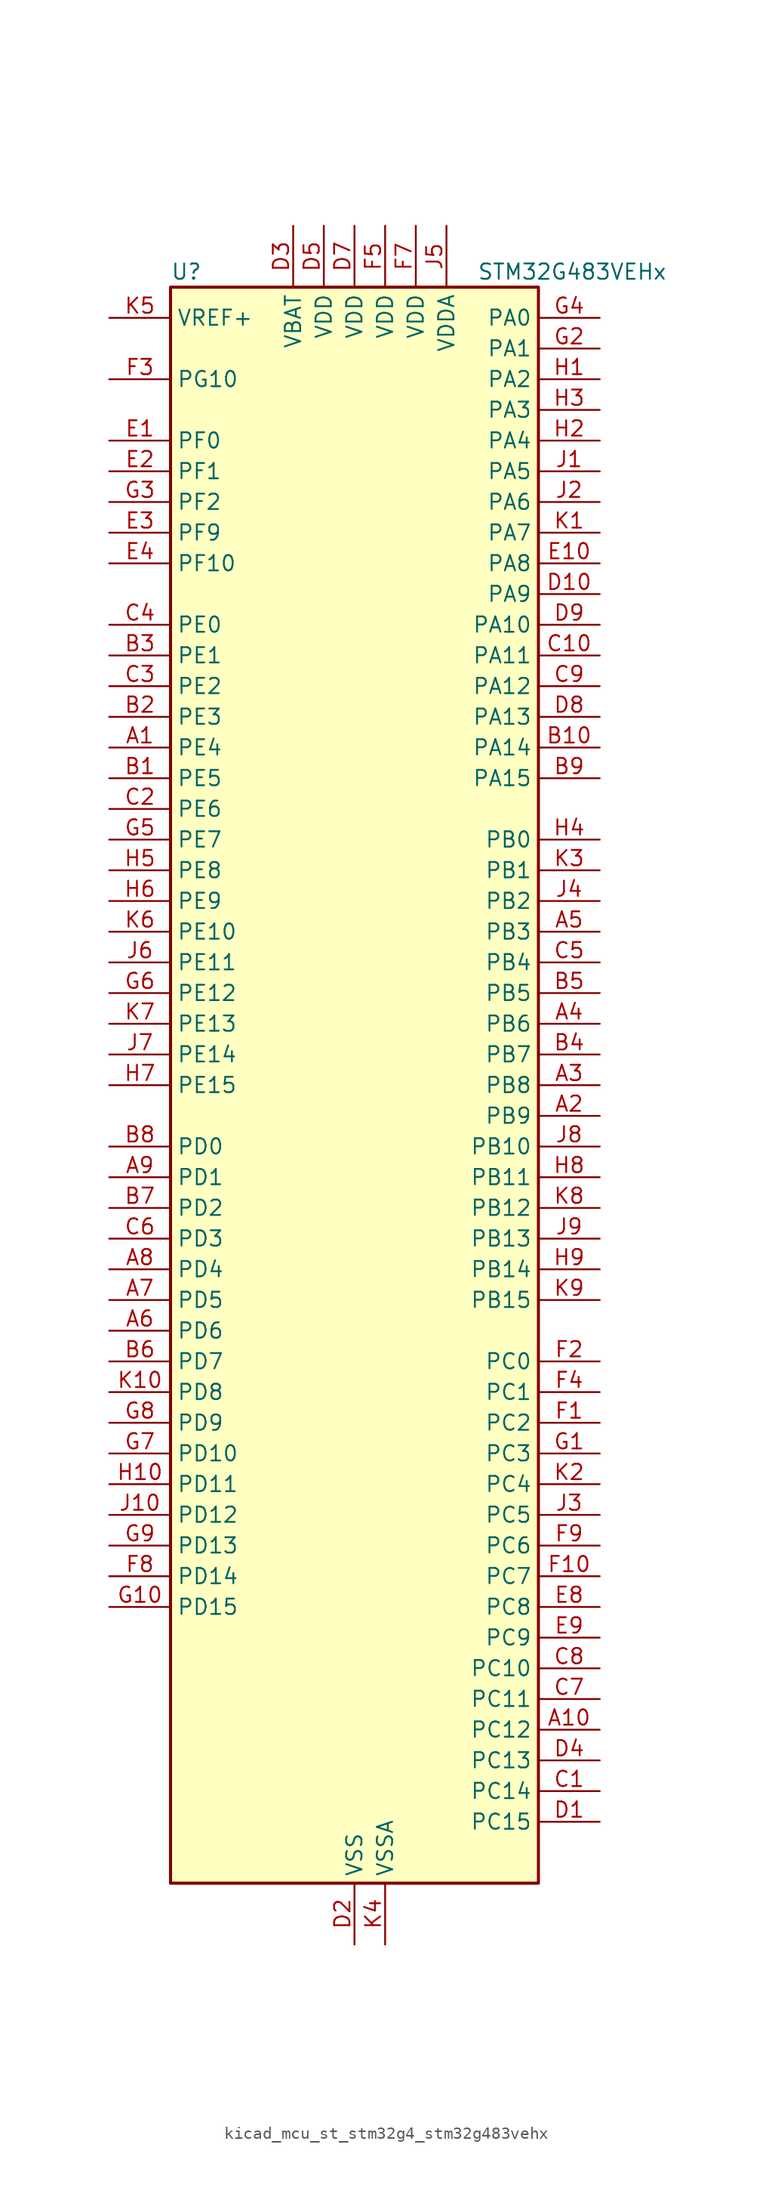
<source format=kicad_sym>
(kicad_symbol_lib
  (version 20220914)
  (generator kicad_symbol_editor)
  (symbol "kicad_mcu_st_stm32g4_stm32g483vehx"
    (property "Reference" "U"
      (at -15.24 67.31 0)
      (effects (font (size 1.27 1.27)) (justify left)))
    (property "Value" "STM32G483VEHx"
      (at 10.16 67.31 0)
      (effects (font (size 1.27 1.27)) (justify left)))
    (property "ki_locked" ""
      (at 0 0 0)
      (effects (font (size 1.27 1.27))))
    (symbol "kicad_mcu_st_stm32g4_stm32g483vehx_0_1"
      (rectangle (start -15.24 -66.04) (end 15.24 66.04) (stroke (width 0.254) (type default)) (fill (type background))))
    (symbol "kicad_mcu_st_stm32g4_stm32g483vehx_1_1"
      (pin bidirectional line (at -20.32 27.94 0) (length 5.08) (name "PE4" (effects (font (size 1.27 1.27)))) (number "A1" (effects (font (size 1.27 1.27)))) (alternate "FMC_A20" bidirectional line) (alternate "SAI1_D2" bidirectional line) (alternate "SAI1_FS_A" bidirectional line) (alternate "SPI4_NSS" bidirectional line) (alternate "SYS_TRACED1" bidirectional line) (alternate "TIM20_CH1N" bidirectional line) (alternate "TIM3_CH3" bidirectional line))
      (pin bidirectional line (at 20.32 -53.34 180) (length 5.08) (name "PC12" (effects (font (size 1.27 1.27)))) (number "A10" (effects (font (size 1.27 1.27)))) (alternate "I2S3_SD" bidirectional line) (alternate "SPI3_MOSI" bidirectional line) (alternate "TIM5_CH2" bidirectional line) (alternate "TIM8_CH3N" bidirectional line) (alternate "UART5_TX" bidirectional line) (alternate "UCPD1_FRSTX1" bidirectional line) (alternate "UCPD1_FRSTX2" bidirectional line) (alternate "USART3_CK" bidirectional line))
      (pin bidirectional line (at 20.32 -2.54 180) (length 5.08) (name "PB9" (effects (font (size 1.27 1.27)))) (number "A2" (effects (font (size 1.27 1.27)))) (alternate "COMP2_OUT" bidirectional line) (alternate "DAC1_EXTI9" bidirectional line) (alternate "DAC2_EXTI9" bidirectional line) (alternate "DAC3_EXTI9" bidirectional line) (alternate "DAC4_EXTI9" bidirectional line) (alternate "FDCAN1_TX" bidirectional line) (alternate "I2C1_SDA" bidirectional line) (alternate "IR_OUT" bidirectional line) (alternate "SAI1_D2" bidirectional line) (alternate "SAI1_FS_A" bidirectional line) (alternate "TIM17_CH1" bidirectional line) (alternate "TIM1_CH3N" bidirectional line) (alternate "TIM4_CH4" bidirectional line) (alternate "TIM8_CH3" bidirectional line) (alternate "USART3_TX" bidirectional line))
      (pin bidirectional line (at 20.32 0 180) (length 5.08) (name "PB8" (effects (font (size 1.27 1.27)))) (number "A3" (effects (font (size 1.27 1.27)))) (alternate "COMP1_OUT" bidirectional line) (alternate "FDCAN1_RX" bidirectional line) (alternate "I2C1_SCL" bidirectional line) (alternate "SAI1_CK1" bidirectional line) (alternate "SAI1_MCLK_A" bidirectional line) (alternate "TIM16_CH1" bidirectional line) (alternate "TIM1_BKIN" bidirectional line) (alternate "TIM4_CH3" bidirectional line) (alternate "TIM8_CH2" bidirectional line) (alternate "USART3_RX" bidirectional line))
      (pin bidirectional line (at 20.32 5.08 180) (length 5.08) (name "PB6" (effects (font (size 1.27 1.27)))) (number "A4" (effects (font (size 1.27 1.27)))) (alternate "COMP4_OUT" bidirectional line) (alternate "FDCAN2_TX" bidirectional line) (alternate "LPTIM1_ETR" bidirectional line) (alternate "SAI1_FS_B" bidirectional line) (alternate "TIM16_CH1N" bidirectional line) (alternate "TIM4_CH1" bidirectional line) (alternate "TIM8_BKIN2" bidirectional line) (alternate "TIM8_CH1" bidirectional line) (alternate "TIM8_ETR" bidirectional line) (alternate "UCPD1_CC1" bidirectional line) (alternate "USART1_TX" bidirectional line))
      (pin bidirectional line (at 20.32 12.7 180) (length 5.08) (name "PB3" (effects (font (size 1.27 1.27)))) (number "A5" (effects (font (size 1.27 1.27)))) (alternate "ADC3_EXTI3" bidirectional line) (alternate "ADC4_EXTI3" bidirectional line) (alternate "ADC5_EXTI3" bidirectional line) (alternate "CRS_SYNC" bidirectional line) (alternate "FDCAN3_RX" bidirectional line) (alternate "I2S3_CK" bidirectional line) (alternate "SAI1_SCK_B" bidirectional line) (alternate "SPI1_SCK" bidirectional line) (alternate "SPI3_SCK" bidirectional line) (alternate "SYS_JTDO-SWO" bidirectional line) (alternate "TIM2_CH2" bidirectional line) (alternate "TIM3_ETR" bidirectional line) (alternate "TIM4_ETR" bidirectional line) (alternate "TIM8_CH1N" bidirectional line) (alternate "USART2_TX" bidirectional line))
      (pin bidirectional line (at -20.32 -20.32 0) (length 5.08) (name "PD6" (effects (font (size 1.27 1.27)))) (number "A6" (effects (font (size 1.27 1.27)))) (alternate "FMC_NWAIT" bidirectional line) (alternate "QUADSPI1_BK2_IO2" bidirectional line) (alternate "SAI1_D1" bidirectional line) (alternate "SAI1_SD_A" bidirectional line) (alternate "TIM2_CH4" bidirectional line) (alternate "USART2_RX" bidirectional line))
      (pin bidirectional line (at -20.32 -17.78 0) (length 5.08) (name "PD5" (effects (font (size 1.27 1.27)))) (number "A7" (effects (font (size 1.27 1.27)))) (alternate "FMC_NWE" bidirectional line) (alternate "QUADSPI1_BK2_IO1" bidirectional line) (alternate "USART2_TX" bidirectional line))
      (pin bidirectional line (at -20.32 -15.24 0) (length 5.08) (name "PD4" (effects (font (size 1.27 1.27)))) (number "A8" (effects (font (size 1.27 1.27)))) (alternate "FMC_NOE" bidirectional line) (alternate "QUADSPI1_BK2_IO0" bidirectional line) (alternate "TIM2_CH2" bidirectional line) (alternate "USART2_DE" bidirectional line) (alternate "USART2_RTS" bidirectional line))
      (pin bidirectional line (at -20.32 -7.62 0) (length 5.08) (name "PD1" (effects (font (size 1.27 1.27)))) (number "A9" (effects (font (size 1.27 1.27)))) (alternate "FDCAN1_TX" bidirectional line) (alternate "FMC_D3" bidirectional line) (alternate "FMC_DA3" bidirectional line) (alternate "TIM8_BKIN2" bidirectional line) (alternate "TIM8_CH4" bidirectional line))
      (pin bidirectional line (at -20.32 25.4 0) (length 5.08) (name "PE5" (effects (font (size 1.27 1.27)))) (number "B1" (effects (font (size 1.27 1.27)))) (alternate "FMC_A21" bidirectional line) (alternate "SAI1_CK2" bidirectional line) (alternate "SAI1_SCK_A" bidirectional line) (alternate "SPI4_MISO" bidirectional line) (alternate "SYS_TRACED2" bidirectional line) (alternate "TIM20_CH2N" bidirectional line) (alternate "TIM3_CH4" bidirectional line))
      (pin bidirectional line (at 20.32 27.94 180) (length 5.08) (name "PA14" (effects (font (size 1.27 1.27)))) (number "B10" (effects (font (size 1.27 1.27)))) (alternate "I2C1_SDA" bidirectional line) (alternate "I2C4_SMBA" bidirectional line) (alternate "LPTIM1_OUT" bidirectional line) (alternate "SAI1_FS_B" bidirectional line) (alternate "SYS_JTCK-SWCLK" bidirectional line) (alternate "TIM1_BKIN" bidirectional line) (alternate "TIM8_CH2" bidirectional line) (alternate "USART2_TX" bidirectional line))
      (pin bidirectional line (at -20.32 30.48 0) (length 5.08) (name "PE3" (effects (font (size 1.27 1.27)))) (number "B2" (effects (font (size 1.27 1.27)))) (alternate "ADC3_EXTI3" bidirectional line) (alternate "ADC4_EXTI3" bidirectional line) (alternate "ADC5_EXTI3" bidirectional line) (alternate "FMC_A19" bidirectional line) (alternate "SAI1_SD_B" bidirectional line) (alternate "SPI4_NSS" bidirectional line) (alternate "SYS_TRACED0" bidirectional line) (alternate "TIM20_CH2" bidirectional line) (alternate "TIM3_CH2" bidirectional line))
      (pin bidirectional line (at -20.32 35.56 0) (length 5.08) (name "PE1" (effects (font (size 1.27 1.27)))) (number "B3" (effects (font (size 1.27 1.27)))) (alternate "FMC_NBL1" bidirectional line) (alternate "TIM17_CH1" bidirectional line) (alternate "TIM20_CH4" bidirectional line) (alternate "USART1_RX" bidirectional line))
      (pin bidirectional line (at 20.32 2.54 180) (length 5.08) (name "PB7" (effects (font (size 1.27 1.27)))) (number "B4" (effects (font (size 1.27 1.27)))) (alternate "COMP3_OUT" bidirectional line) (alternate "FMC_NL" bidirectional line) (alternate "I2C1_SDA" bidirectional line) (alternate "I2C4_SDA" bidirectional line) (alternate "LPTIM1_IN2" bidirectional line) (alternate "SYS_PVD_IN" bidirectional line) (alternate "TIM17_CH1N" bidirectional line) (alternate "TIM3_CH4" bidirectional line) (alternate "TIM4_CH2" bidirectional line) (alternate "TIM8_BKIN" bidirectional line) (alternate "UART4_CTS" bidirectional line) (alternate "USART1_RX" bidirectional line))
      (pin bidirectional line (at 20.32 7.62 180) (length 5.08) (name "PB5" (effects (font (size 1.27 1.27)))) (number "B5" (effects (font (size 1.27 1.27)))) (alternate "FDCAN2_RX" bidirectional line) (alternate "I2C1_SMBA" bidirectional line) (alternate "I2C3_SDA" bidirectional line) (alternate "I2S3_SD" bidirectional line) (alternate "LPTIM1_IN1" bidirectional line) (alternate "SAI1_SD_B" bidirectional line) (alternate "SPI1_MOSI" bidirectional line) (alternate "SPI3_MOSI" bidirectional line) (alternate "TIM16_BKIN" bidirectional line) (alternate "TIM17_CH1" bidirectional line) (alternate "TIM3_CH2" bidirectional line) (alternate "TIM8_CH3N" bidirectional line) (alternate "UART5_CTS" bidirectional line) (alternate "USART2_CK" bidirectional line))
      (pin bidirectional line (at -20.32 -22.86 0) (length 5.08) (name "PD7" (effects (font (size 1.27 1.27)))) (number "B6" (effects (font (size 1.27 1.27)))) (alternate "FMC_NCE" bidirectional line) (alternate "FMC_NE1" bidirectional line) (alternate "QUADSPI1_BK2_IO3" bidirectional line) (alternate "TIM2_CH3" bidirectional line) (alternate "USART2_CK" bidirectional line))
      (pin bidirectional line (at -20.32 -10.16 0) (length 5.08) (name "PD2" (effects (font (size 1.27 1.27)))) (number "B7" (effects (font (size 1.27 1.27)))) (alternate "ADC3_EXTI2" bidirectional line) (alternate "ADC4_EXTI2" bidirectional line) (alternate "ADC5_EXTI2" bidirectional line) (alternate "TIM3_ETR" bidirectional line) (alternate "TIM8_BKIN" bidirectional line) (alternate "UART5_RX" bidirectional line))
      (pin bidirectional line (at -20.32 -5.08 0) (length 5.08) (name "PD0" (effects (font (size 1.27 1.27)))) (number "B8" (effects (font (size 1.27 1.27)))) (alternate "FDCAN1_RX" bidirectional line) (alternate "FMC_D2" bidirectional line) (alternate "FMC_DA2" bidirectional line) (alternate "TIM8_CH4N" bidirectional line))
      (pin bidirectional line (at 20.32 25.4 180) (length 5.08) (name "PA15" (effects (font (size 1.27 1.27)))) (number "B9" (effects (font (size 1.27 1.27)))) (alternate "ADC1_EXTI15" bidirectional line) (alternate "ADC2_EXTI15" bidirectional line) (alternate "FDCAN3_TX" bidirectional line) (alternate "I2C1_SCL" bidirectional line) (alternate "I2S3_WS" bidirectional line) (alternate "SPI1_NSS" bidirectional line) (alternate "SPI3_NSS" bidirectional line) (alternate "SYS_JTDI" bidirectional line) (alternate "TIM1_BKIN" bidirectional line) (alternate "TIM2_CH1" bidirectional line) (alternate "TIM2_ETR" bidirectional line) (alternate "TIM8_CH1" bidirectional line) (alternate "UART4_DE" bidirectional line) (alternate "UART4_RTS" bidirectional line) (alternate "USART2_RX" bidirectional line))
      (pin bidirectional line (at 20.32 -58.42 180) (length 5.08) (name "PC14" (effects (font (size 1.27 1.27)))) (number "C1" (effects (font (size 1.27 1.27)))) (alternate "RCC_OSC32_IN" bidirectional line))
      (pin bidirectional line (at 20.32 35.56 180) (length 5.08) (name "PA11" (effects (font (size 1.27 1.27)))) (number "C10" (effects (font (size 1.27 1.27)))) (alternate "ADC1_EXTI11" bidirectional line) (alternate "ADC2_EXTI11" bidirectional line) (alternate "COMP1_OUT" bidirectional line) (alternate "FDCAN1_RX" bidirectional line) (alternate "I2S2_SD" bidirectional line) (alternate "SPI2_MOSI" bidirectional line) (alternate "TIM1_BKIN2" bidirectional line) (alternate "TIM1_CH1N" bidirectional line) (alternate "TIM1_CH4" bidirectional line) (alternate "TIM4_CH1" bidirectional line) (alternate "USART1_CTS" bidirectional line) (alternate "USART1_NSS" bidirectional line) (alternate "USB_DM" bidirectional line))
      (pin bidirectional line (at -20.32 22.86 0) (length 5.08) (name "PE6" (effects (font (size 1.27 1.27)))) (number "C2" (effects (font (size 1.27 1.27)))) (alternate "FMC_A22" bidirectional line) (alternate "RTC_TAMP3" bidirectional line) (alternate "SAI1_D1" bidirectional line) (alternate "SAI1_SD_A" bidirectional line) (alternate "SPI4_MOSI" bidirectional line) (alternate "SYS_TRACED3" bidirectional line) (alternate "SYS_WKUP3" bidirectional line) (alternate "TIM20_CH3N" bidirectional line))
      (pin bidirectional line (at -20.32 33.02 0) (length 5.08) (name "PE2" (effects (font (size 1.27 1.27)))) (number "C3" (effects (font (size 1.27 1.27)))) (alternate "ADC3_EXTI2" bidirectional line) (alternate "ADC4_EXTI2" bidirectional line) (alternate "ADC5_EXTI2" bidirectional line) (alternate "FMC_A23" bidirectional line) (alternate "SAI1_CK1" bidirectional line) (alternate "SAI1_MCLK_A" bidirectional line) (alternate "SPI4_SCK" bidirectional line) (alternate "SYS_TRACECLK" bidirectional line) (alternate "TIM20_CH1" bidirectional line) (alternate "TIM3_CH1" bidirectional line))
      (pin bidirectional line (at -20.32 38.1 0) (length 5.08) (name "PE0" (effects (font (size 1.27 1.27)))) (number "C4" (effects (font (size 1.27 1.27)))) (alternate "FMC_NBL0" bidirectional line) (alternate "TIM16_CH1" bidirectional line) (alternate "TIM20_CH4N" bidirectional line) (alternate "TIM20_ETR" bidirectional line) (alternate "TIM4_ETR" bidirectional line) (alternate "USART1_TX" bidirectional line))
      (pin bidirectional line (at 20.32 10.16 180) (length 5.08) (name "PB4" (effects (font (size 1.27 1.27)))) (number "C5" (effects (font (size 1.27 1.27)))) (alternate "FDCAN3_TX" bidirectional line) (alternate "SAI1_MCLK_B" bidirectional line) (alternate "SPI1_MISO" bidirectional line) (alternate "SPI3_MISO" bidirectional line) (alternate "SYS_JTRST" bidirectional line) (alternate "TIM16_CH1" bidirectional line) (alternate "TIM17_BKIN" bidirectional line) (alternate "TIM3_CH1" bidirectional line) (alternate "TIM8_CH2N" bidirectional line) (alternate "UART5_DE" bidirectional line) (alternate "UART5_RTS" bidirectional line) (alternate "UCPD1_CC2" bidirectional line) (alternate "USART2_RX" bidirectional line))
      (pin bidirectional line (at -20.32 -12.7 0) (length 5.08) (name "PD3" (effects (font (size 1.27 1.27)))) (number "C6" (effects (font (size 1.27 1.27)))) (alternate "ADC3_EXTI3" bidirectional line) (alternate "ADC4_EXTI3" bidirectional line) (alternate "ADC5_EXTI3" bidirectional line) (alternate "FMC_CLK" bidirectional line) (alternate "QUADSPI1_BK2_NCS" bidirectional line) (alternate "TIM2_CH1" bidirectional line) (alternate "TIM2_ETR" bidirectional line) (alternate "USART2_CTS" bidirectional line) (alternate "USART2_NSS" bidirectional line))
      (pin bidirectional line (at 20.32 -50.8 180) (length 5.08) (name "PC11" (effects (font (size 1.27 1.27)))) (number "C7" (effects (font (size 1.27 1.27)))) (alternate "ADC1_EXTI11" bidirectional line) (alternate "ADC2_EXTI11" bidirectional line) (alternate "I2C3_SDA" bidirectional line) (alternate "SPI3_MISO" bidirectional line) (alternate "TIM8_CH2N" bidirectional line) (alternate "UART4_RX" bidirectional line) (alternate "USART3_RX" bidirectional line))
      (pin bidirectional line (at 20.32 -48.26 180) (length 5.08) (name "PC10" (effects (font (size 1.27 1.27)))) (number "C8" (effects (font (size 1.27 1.27)))) (alternate "DAC1_EXTI10" bidirectional line) (alternate "DAC2_EXTI10" bidirectional line) (alternate "DAC3_EXTI10" bidirectional line) (alternate "DAC4_EXTI10" bidirectional line) (alternate "I2S3_CK" bidirectional line) (alternate "SPI3_SCK" bidirectional line) (alternate "TIM8_CH1N" bidirectional line) (alternate "UART4_TX" bidirectional line) (alternate "USART3_TX" bidirectional line))
      (pin bidirectional line (at 20.32 33.02 180) (length 5.08) (name "PA12" (effects (font (size 1.27 1.27)))) (number "C9" (effects (font (size 1.27 1.27)))) (alternate "COMP2_OUT" bidirectional line) (alternate "FDCAN1_TX" bidirectional line) (alternate "I2S_CKIN" bidirectional line) (alternate "TIM16_CH1" bidirectional line) (alternate "TIM1_CH2N" bidirectional line) (alternate "TIM1_ETR" bidirectional line) (alternate "TIM4_CH2" bidirectional line) (alternate "USART1_DE" bidirectional line) (alternate "USART1_RTS" bidirectional line) (alternate "USB_DP" bidirectional line))
      (pin bidirectional line (at 20.32 -60.96 180) (length 5.08) (name "PC15" (effects (font (size 1.27 1.27)))) (number "D1" (effects (font (size 1.27 1.27)))) (alternate "ADC1_EXTI15" bidirectional line) (alternate "ADC2_EXTI15" bidirectional line) (alternate "RCC_OSC32_OUT" bidirectional line))
      (pin bidirectional line (at 20.32 40.64 180) (length 5.08) (name "PA9" (effects (font (size 1.27 1.27)))) (number "D10" (effects (font (size 1.27 1.27)))) (alternate "ADC5_IN2" bidirectional line) (alternate "COMP5_OUT" bidirectional line) (alternate "DAC1_EXTI9" bidirectional line) (alternate "DAC2_EXTI9" bidirectional line) (alternate "DAC3_EXTI9" bidirectional line) (alternate "DAC4_EXTI9" bidirectional line) (alternate "I2C2_SCL" bidirectional line) (alternate "I2C3_SMBA" bidirectional line) (alternate "I2S3_MCK" bidirectional line) (alternate "SAI1_FS_A" bidirectional line) (alternate "TIM15_BKIN" bidirectional line) (alternate "TIM1_CH2" bidirectional line) (alternate "TIM2_CH3" bidirectional line) (alternate "UCPD1_DBCC1" bidirectional line) (alternate "USART1_TX" bidirectional line))
      (pin power_in line (at 0 -71.12 90) (length 5.08) (name "VSS" (effects (font (size 1.27 1.27)))) (number "D2" (effects (font (size 1.27 1.27)))))
      (pin power_in line (at -5.08 71.12 270) (length 5.08) (name "VBAT" (effects (font (size 1.27 1.27)))) (number "D3" (effects (font (size 1.27 1.27)))))
      (pin bidirectional line (at 20.32 -55.88 180) (length 5.08) (name "PC13" (effects (font (size 1.27 1.27)))) (number "D4" (effects (font (size 1.27 1.27)))) (alternate "RTC_OUT1" bidirectional line) (alternate "RTC_TAMP1" bidirectional line) (alternate "RTC_TS" bidirectional line) (alternate "SYS_WKUP2" bidirectional line) (alternate "TIM1_BKIN" bidirectional line) (alternate "TIM1_CH1N" bidirectional line) (alternate "TIM8_CH4N" bidirectional line))
      (pin power_in line (at -2.54 71.12 270) (length 5.08) (name "VDD" (effects (font (size 1.27 1.27)))) (number "D5" (effects (font (size 1.27 1.27)))))
      (pin passive line (at 0 -71.12 90) (length 5.08) hide (name "VSS" (effects (font (size 1.27 1.27)))) (number "D6" (effects (font (size 1.27 1.27)))))
      (pin power_in line (at 0 71.12 270) (length 5.08) (name "VDD" (effects (font (size 1.27 1.27)))) (number "D7" (effects (font (size 1.27 1.27)))))
      (pin bidirectional line (at 20.32 30.48 180) (length 5.08) (name "PA13" (effects (font (size 1.27 1.27)))) (number "D8" (effects (font (size 1.27 1.27)))) (alternate "I2C1_SCL" bidirectional line) (alternate "I2C4_SCL" bidirectional line) (alternate "IR_OUT" bidirectional line) (alternate "SAI1_SD_B" bidirectional line) (alternate "SYS_JTMS-SWDIO" bidirectional line) (alternate "TIM16_CH1N" bidirectional line) (alternate "TIM4_CH3" bidirectional line) (alternate "USART3_CTS" bidirectional line) (alternate "USART3_NSS" bidirectional line))
      (pin bidirectional line (at 20.32 38.1 180) (length 5.08) (name "PA10" (effects (font (size 1.27 1.27)))) (number "D9" (effects (font (size 1.27 1.27)))) (alternate "COMP6_OUT" bidirectional line) (alternate "CRS_SYNC" bidirectional line) (alternate "DAC1_EXTI10" bidirectional line) (alternate "DAC2_EXTI10" bidirectional line) (alternate "DAC3_EXTI10" bidirectional line) (alternate "DAC4_EXTI10" bidirectional line) (alternate "I2C2_SMBA" bidirectional line) (alternate "SAI1_D1" bidirectional line) (alternate "SAI1_SD_A" bidirectional line) (alternate "SPI2_MISO" bidirectional line) (alternate "TIM17_BKIN" bidirectional line) (alternate "TIM1_CH3" bidirectional line) (alternate "TIM2_CH4" bidirectional line) (alternate "TIM8_BKIN" bidirectional line) (alternate "UCPD1_DBCC2" bidirectional line) (alternate "USART1_RX" bidirectional line))
      (pin bidirectional line (at -20.32 53.34 0) (length 5.08) (name "PF0" (effects (font (size 1.27 1.27)))) (number "E1" (effects (font (size 1.27 1.27)))) (alternate "ADC1_IN10" bidirectional line) (alternate "I2C2_SDA" bidirectional line) (alternate "I2S2_WS" bidirectional line) (alternate "RCC_OSC_IN" bidirectional line) (alternate "SPI2_NSS" bidirectional line) (alternate "TIM1_CH3N" bidirectional line))
      (pin bidirectional line (at 20.32 43.18 180) (length 5.08) (name "PA8" (effects (font (size 1.27 1.27)))) (number "E10" (effects (font (size 1.27 1.27)))) (alternate "ADC5_IN1" bidirectional line) (alternate "COMP7_OUT" bidirectional line) (alternate "FDCAN3_RX" bidirectional line) (alternate "I2C2_SDA" bidirectional line) (alternate "I2C3_SCL" bidirectional line) (alternate "I2S2_MCK" bidirectional line) (alternate "OPAMP5_VOUT" bidirectional line) (alternate "RCC_MCO" bidirectional line) (alternate "SAI1_CK2" bidirectional line) (alternate "SAI1_SCK_A" bidirectional line) (alternate "TIM1_CH1" bidirectional line) (alternate "TIM4_ETR" bidirectional line) (alternate "USART1_CK" bidirectional line))
      (pin bidirectional line (at -20.32 50.8 0) (length 5.08) (name "PF1" (effects (font (size 1.27 1.27)))) (number "E2" (effects (font (size 1.27 1.27)))) (alternate "ADC2_IN10" bidirectional line) (alternate "COMP3_INM" bidirectional line) (alternate "I2S2_CK" bidirectional line) (alternate "RCC_OSC_OUT" bidirectional line) (alternate "SPI2_SCK" bidirectional line))
      (pin bidirectional line (at -20.32 45.72 0) (length 5.08) (name "PF9" (effects (font (size 1.27 1.27)))) (number "E3" (effects (font (size 1.27 1.27)))) (alternate "DAC1_EXTI9" bidirectional line) (alternate "DAC2_EXTI9" bidirectional line) (alternate "DAC3_EXTI9" bidirectional line) (alternate "DAC4_EXTI9" bidirectional line) (alternate "FMC_A25" bidirectional line) (alternate "QUADSPI1_BK1_IO1" bidirectional line) (alternate "SAI1_FS_B" bidirectional line) (alternate "SPI2_SCK" bidirectional line) (alternate "TIM15_CH1" bidirectional line) (alternate "TIM20_BKIN" bidirectional line) (alternate "TIM5_CH4" bidirectional line))
      (pin bidirectional line (at -20.32 43.18 0) (length 5.08) (name "PF10" (effects (font (size 1.27 1.27)))) (number "E4" (effects (font (size 1.27 1.27)))) (alternate "DAC1_EXTI10" bidirectional line) (alternate "DAC2_EXTI10" bidirectional line) (alternate "DAC3_EXTI10" bidirectional line) (alternate "DAC4_EXTI10" bidirectional line) (alternate "FMC_A0" bidirectional line) (alternate "QUADSPI1_CLK" bidirectional line) (alternate "SAI1_D3" bidirectional line) (alternate "SPI2_SCK" bidirectional line) (alternate "TIM15_CH2" bidirectional line) (alternate "TIM20_BKIN2" bidirectional line))
      (pin passive line (at 0 -71.12 90) (length 5.08) hide (name "VSS" (effects (font (size 1.27 1.27)))) (number "E5" (effects (font (size 1.27 1.27)))))
      (pin passive line (at 0 -71.12 90) (length 5.08) hide (name "VSS" (effects (font (size 1.27 1.27)))) (number "E6" (effects (font (size 1.27 1.27)))))
      (pin passive line (at 0 -71.12 90) (length 5.08) hide (name "VSS" (effects (font (size 1.27 1.27)))) (number "E7" (effects (font (size 1.27 1.27)))))
      (pin bidirectional line (at 20.32 -43.18 180) (length 5.08) (name "PC8" (effects (font (size 1.27 1.27)))) (number "E8" (effects (font (size 1.27 1.27)))) (alternate "COMP7_OUT" bidirectional line) (alternate "I2C3_SCL" bidirectional line) (alternate "TIM20_CH3" bidirectional line) (alternate "TIM3_CH3" bidirectional line) (alternate "TIM8_CH3" bidirectional line))
      (pin bidirectional line (at 20.32 -45.72 180) (length 5.08) (name "PC9" (effects (font (size 1.27 1.27)))) (number "E9" (effects (font (size 1.27 1.27)))) (alternate "DAC1_EXTI9" bidirectional line) (alternate "DAC2_EXTI9" bidirectional line) (alternate "DAC3_EXTI9" bidirectional line) (alternate "DAC4_EXTI9" bidirectional line) (alternate "I2C3_SDA" bidirectional line) (alternate "I2S_CKIN" bidirectional line) (alternate "TIM3_CH4" bidirectional line) (alternate "TIM8_BKIN2" bidirectional line) (alternate "TIM8_CH4" bidirectional line))
      (pin bidirectional line (at 20.32 -27.94 180) (length 5.08) (name "PC2" (effects (font (size 1.27 1.27)))) (number "F1" (effects (font (size 1.27 1.27)))) (alternate "ADC1_IN8" bidirectional line) (alternate "ADC2_IN8" bidirectional line) (alternate "ADC3_EXTI2" bidirectional line) (alternate "ADC4_EXTI2" bidirectional line) (alternate "ADC5_EXTI2" bidirectional line) (alternate "COMP3_OUT" bidirectional line) (alternate "LPTIM1_IN2" bidirectional line) (alternate "QUADSPI1_BK2_IO1" bidirectional line) (alternate "TIM1_CH3" bidirectional line) (alternate "TIM20_CH2" bidirectional line))
      (pin bidirectional line (at 20.32 -40.64 180) (length 5.08) (name "PC7" (effects (font (size 1.27 1.27)))) (number "F10" (effects (font (size 1.27 1.27)))) (alternate "COMP5_OUT" bidirectional line) (alternate "I2C4_SDA" bidirectional line) (alternate "I2S3_MCK" bidirectional line) (alternate "TIM3_CH2" bidirectional line) (alternate "TIM8_CH2" bidirectional line))
      (pin bidirectional line (at 20.32 -22.86 180) (length 5.08) (name "PC0" (effects (font (size 1.27 1.27)))) (number "F2" (effects (font (size 1.27 1.27)))) (alternate "ADC1_IN6" bidirectional line) (alternate "ADC2_IN6" bidirectional line) (alternate "COMP3_INM" bidirectional line) (alternate "LPTIM1_IN1" bidirectional line) (alternate "LPUART1_RX" bidirectional line) (alternate "TIM1_CH1" bidirectional line))
      (pin bidirectional line (at -20.32 58.42 0) (length 5.08) (name "PG10" (effects (font (size 1.27 1.27)))) (number "F3" (effects (font (size 1.27 1.27)))) (alternate "DAC1_EXTI10" bidirectional line) (alternate "DAC2_EXTI10" bidirectional line) (alternate "DAC3_EXTI10" bidirectional line) (alternate "DAC4_EXTI10" bidirectional line) (alternate "RCC_MCO" bidirectional line))
      (pin bidirectional line (at 20.32 -25.4 180) (length 5.08) (name "PC1" (effects (font (size 1.27 1.27)))) (number "F4" (effects (font (size 1.27 1.27)))) (alternate "ADC1_IN7" bidirectional line) (alternate "ADC2_IN7" bidirectional line) (alternate "COMP3_INP" bidirectional line) (alternate "LPTIM1_OUT" bidirectional line) (alternate "LPUART1_TX" bidirectional line) (alternate "QUADSPI1_BK2_IO0" bidirectional line) (alternate "SAI1_SD_A" bidirectional line) (alternate "TIM1_CH2" bidirectional line))
      (pin power_in line (at 2.54 71.12 270) (length 5.08) (name "VDD" (effects (font (size 1.27 1.27)))) (number "F5" (effects (font (size 1.27 1.27)))))
      (pin passive line (at 0 -71.12 90) (length 5.08) hide (name "VSS" (effects (font (size 1.27 1.27)))) (number "F6" (effects (font (size 1.27 1.27)))))
      (pin power_in line (at 5.08 71.12 270) (length 5.08) (name "VDD" (effects (font (size 1.27 1.27)))) (number "F7" (effects (font (size 1.27 1.27)))))
      (pin bidirectional line (at -20.32 -40.64 0) (length 5.08) (name "PD14" (effects (font (size 1.27 1.27)))) (number "F8" (effects (font (size 1.27 1.27)))) (alternate "ADC3_IN11" bidirectional line) (alternate "ADC4_IN11" bidirectional line) (alternate "ADC5_IN11" bidirectional line) (alternate "COMP7_INP" bidirectional line) (alternate "FMC_D0" bidirectional line) (alternate "FMC_DA0" bidirectional line) (alternate "OPAMP2_VINP" bidirectional line) (alternate "OPAMP2_VINP_SEC" bidirectional line) (alternate "TIM4_CH3" bidirectional line))
      (pin bidirectional line (at 20.32 -38.1 180) (length 5.08) (name "PC6" (effects (font (size 1.27 1.27)))) (number "F9" (effects (font (size 1.27 1.27)))) (alternate "COMP6_OUT" bidirectional line) (alternate "I2C4_SCL" bidirectional line) (alternate "I2S2_MCK" bidirectional line) (alternate "TIM3_CH1" bidirectional line) (alternate "TIM8_CH1" bidirectional line))
      (pin bidirectional line (at 20.32 -30.48 180) (length 5.08) (name "PC3" (effects (font (size 1.27 1.27)))) (number "G1" (effects (font (size 1.27 1.27)))) (alternate "ADC1_IN9" bidirectional line) (alternate "ADC2_IN9" bidirectional line) (alternate "ADC3_EXTI3" bidirectional line) (alternate "ADC4_EXTI3" bidirectional line) (alternate "ADC5_EXTI3" bidirectional line) (alternate "LPTIM1_ETR" bidirectional line) (alternate "OPAMP5_VINP" bidirectional line) (alternate "OPAMP5_VINP_SEC" bidirectional line) (alternate "QUADSPI1_BK2_IO2" bidirectional line) (alternate "SAI1_D1" bidirectional line) (alternate "SAI1_SD_A" bidirectional line) (alternate "TIM1_BKIN2" bidirectional line) (alternate "TIM1_CH4" bidirectional line))
      (pin bidirectional line (at -20.32 -43.18 0) (length 5.08) (name "PD15" (effects (font (size 1.27 1.27)))) (number "G10" (effects (font (size 1.27 1.27)))) (alternate "ADC1_EXTI15" bidirectional line) (alternate "ADC2_EXTI15" bidirectional line) (alternate "COMP7_INM" bidirectional line) (alternate "FMC_D1" bidirectional line) (alternate "FMC_DA1" bidirectional line) (alternate "SPI2_NSS" bidirectional line) (alternate "TIM4_CH4" bidirectional line))
      (pin bidirectional line (at 20.32 60.96 180) (length 5.08) (name "PA1" (effects (font (size 1.27 1.27)))) (number "G2" (effects (font (size 1.27 1.27)))) (alternate "ADC1_IN2" bidirectional line) (alternate "ADC2_IN2" bidirectional line) (alternate "COMP1_INP" bidirectional line) (alternate "OPAMP1_VINP" bidirectional line) (alternate "OPAMP1_VINP_SEC" bidirectional line) (alternate "OPAMP3_VINP" bidirectional line) (alternate "OPAMP3_VINP_SEC" bidirectional line) (alternate "OPAMP6_VINM" bidirectional line) (alternate "OPAMP6_VINM0" bidirectional line) (alternate "OPAMP6_VINM_SEC" bidirectional line) (alternate "RTC_REFIN" bidirectional line) (alternate "TIM15_CH1N" bidirectional line) (alternate "TIM2_CH2" bidirectional line) (alternate "TIM5_CH2" bidirectional line) (alternate "USART2_DE" bidirectional line) (alternate "USART2_RTS" bidirectional line))
      (pin bidirectional line (at -20.32 48.26 0) (length 5.08) (name "PF2" (effects (font (size 1.27 1.27)))) (number "G3" (effects (font (size 1.27 1.27)))) (alternate "ADC3_EXTI2" bidirectional line) (alternate "ADC4_EXTI2" bidirectional line) (alternate "ADC5_EXTI2" bidirectional line) (alternate "FMC_A2" bidirectional line) (alternate "I2C2_SMBA" bidirectional line) (alternate "TIM20_CH3" bidirectional line))
      (pin bidirectional line (at 20.32 63.5 180) (length 5.08) (name "PA0" (effects (font (size 1.27 1.27)))) (number "G4" (effects (font (size 1.27 1.27)))) (alternate "ADC1_IN1" bidirectional line) (alternate "ADC2_IN1" bidirectional line) (alternate "COMP1_INM" bidirectional line) (alternate "COMP1_OUT" bidirectional line) (alternate "COMP3_INP" bidirectional line) (alternate "RTC_TAMP2" bidirectional line) (alternate "SYS_WKUP1" bidirectional line) (alternate "TIM2_CH1" bidirectional line) (alternate "TIM2_ETR" bidirectional line) (alternate "TIM5_CH1" bidirectional line) (alternate "TIM8_BKIN" bidirectional line) (alternate "TIM8_ETR" bidirectional line) (alternate "USART2_CTS" bidirectional line) (alternate "USART2_NSS" bidirectional line))
      (pin bidirectional line (at -20.32 20.32 0) (length 5.08) (name "PE7" (effects (font (size 1.27 1.27)))) (number "G5" (effects (font (size 1.27 1.27)))) (alternate "ADC3_IN4" bidirectional line) (alternate "COMP4_INP" bidirectional line) (alternate "FMC_D4" bidirectional line) (alternate "FMC_DA4" bidirectional line) (alternate "SAI1_SD_B" bidirectional line) (alternate "TIM1_ETR" bidirectional line))
      (pin bidirectional line (at -20.32 7.62 0) (length 5.08) (name "PE12" (effects (font (size 1.27 1.27)))) (number "G6" (effects (font (size 1.27 1.27)))) (alternate "ADC3_IN16" bidirectional line) (alternate "ADC4_IN16" bidirectional line) (alternate "ADC5_IN16" bidirectional line) (alternate "FMC_D9" bidirectional line) (alternate "FMC_DA9" bidirectional line) (alternate "QUADSPI1_BK1_IO0" bidirectional line) (alternate "SPI4_SCK" bidirectional line) (alternate "TIM1_CH3N" bidirectional line))
      (pin bidirectional line (at -20.32 -30.48 0) (length 5.08) (name "PD10" (effects (font (size 1.27 1.27)))) (number "G7" (effects (font (size 1.27 1.27)))) (alternate "ADC3_IN7" bidirectional line) (alternate "ADC4_IN7" bidirectional line) (alternate "ADC5_IN7" bidirectional line) (alternate "COMP6_INM" bidirectional line) (alternate "DAC1_EXTI10" bidirectional line) (alternate "DAC2_EXTI10" bidirectional line) (alternate "DAC3_EXTI10" bidirectional line) (alternate "DAC4_EXTI10" bidirectional line) (alternate "FMC_D15" bidirectional line) (alternate "FMC_DA15" bidirectional line) (alternate "USART3_CK" bidirectional line))
      (pin bidirectional line (at -20.32 -27.94 0) (length 5.08) (name "PD9" (effects (font (size 1.27 1.27)))) (number "G8" (effects (font (size 1.27 1.27)))) (alternate "ADC4_IN13" bidirectional line) (alternate "ADC5_IN13" bidirectional line) (alternate "DAC1_EXTI9" bidirectional line) (alternate "DAC2_EXTI9" bidirectional line) (alternate "DAC3_EXTI9" bidirectional line) (alternate "DAC4_EXTI9" bidirectional line) (alternate "FMC_D14" bidirectional line) (alternate "FMC_DA14" bidirectional line) (alternate "OPAMP6_VINP" bidirectional line) (alternate "OPAMP6_VINP_SEC" bidirectional line) (alternate "USART3_RX" bidirectional line))
      (pin bidirectional line (at -20.32 -38.1 0) (length 5.08) (name "PD13" (effects (font (size 1.27 1.27)))) (number "G9" (effects (font (size 1.27 1.27)))) (alternate "ADC3_IN10" bidirectional line) (alternate "ADC4_IN10" bidirectional line) (alternate "ADC5_IN10" bidirectional line) (alternate "COMP5_INM" bidirectional line) (alternate "FMC_A18" bidirectional line) (alternate "TIM4_CH2" bidirectional line))
      (pin bidirectional line (at 20.32 58.42 180) (length 5.08) (name "PA2" (effects (font (size 1.27 1.27)))) (number "H1" (effects (font (size 1.27 1.27)))) (alternate "ADC1_IN3" bidirectional line) (alternate "ADC3_EXTI2" bidirectional line) (alternate "ADC4_EXTI2" bidirectional line) (alternate "ADC5_EXTI2" bidirectional line) (alternate "COMP2_INM" bidirectional line) (alternate "COMP2_OUT" bidirectional line) (alternate "LPUART1_TX" bidirectional line) (alternate "OPAMP1_VOUT" bidirectional line) (alternate "QUADSPI1_BK1_NCS" bidirectional line) (alternate "RCC_LSCO" bidirectional line) (alternate "SYS_WKUP4" bidirectional line) (alternate "TIM15_CH1" bidirectional line) (alternate "TIM2_CH3" bidirectional line) (alternate "TIM5_CH3" bidirectional line) (alternate "UCPD1_FRSTX1" bidirectional line) (alternate "UCPD1_FRSTX2" bidirectional line) (alternate "USART2_TX" bidirectional line))
      (pin bidirectional line (at -20.32 -33.02 0) (length 5.08) (name "PD11" (effects (font (size 1.27 1.27)))) (number "H10" (effects (font (size 1.27 1.27)))) (alternate "ADC1_EXTI11" bidirectional line) (alternate "ADC2_EXTI11" bidirectional line) (alternate "ADC3_IN8" bidirectional line) (alternate "ADC4_IN8" bidirectional line) (alternate "ADC5_IN8" bidirectional line) (alternate "COMP6_INP" bidirectional line) (alternate "FMC_A16" bidirectional line) (alternate "FMC_CLE" bidirectional line) (alternate "I2C4_SMBA" bidirectional line) (alternate "OPAMP4_VINP" bidirectional line) (alternate "OPAMP4_VINP_SEC" bidirectional line) (alternate "TIM5_ETR" bidirectional line) (alternate "USART3_CTS" bidirectional line) (alternate "USART3_NSS" bidirectional line))
      (pin bidirectional line (at 20.32 53.34 180) (length 5.08) (name "PA4" (effects (font (size 1.27 1.27)))) (number "H2" (effects (font (size 1.27 1.27)))) (alternate "ADC2_IN17" bidirectional line) (alternate "COMP1_INM" bidirectional line) (alternate "DAC1_OUT1" bidirectional line) (alternate "I2S3_WS" bidirectional line) (alternate "SAI1_FS_B" bidirectional line) (alternate "SPI1_NSS" bidirectional line) (alternate "SPI3_NSS" bidirectional line) (alternate "TIM3_CH2" bidirectional line) (alternate "USART2_CK" bidirectional line))
      (pin bidirectional line (at 20.32 55.88 180) (length 5.08) (name "PA3" (effects (font (size 1.27 1.27)))) (number "H3" (effects (font (size 1.27 1.27)))) (alternate "ADC1_IN4" bidirectional line) (alternate "ADC3_EXTI3" bidirectional line) (alternate "ADC4_EXTI3" bidirectional line) (alternate "ADC5_EXTI3" bidirectional line) (alternate "COMP2_INP" bidirectional line) (alternate "LPUART1_RX" bidirectional line) (alternate "OPAMP1_VINM" bidirectional line) (alternate "OPAMP1_VINM0" bidirectional line) (alternate "OPAMP1_VINM_SEC" bidirectional line) (alternate "OPAMP1_VINP" bidirectional line) (alternate "OPAMP1_VINP_SEC" bidirectional line) (alternate "OPAMP5_VINM" bidirectional line) (alternate "OPAMP5_VINM1" bidirectional line) (alternate "OPAMP5_VINM_SEC" bidirectional line) (alternate "QUADSPI1_CLK" bidirectional line) (alternate "SAI1_CK1" bidirectional line) (alternate "SAI1_MCLK_A" bidirectional line) (alternate "TIM15_CH2" bidirectional line) (alternate "TIM2_CH4" bidirectional line) (alternate "TIM5_CH4" bidirectional line) (alternate "USART2_RX" bidirectional line))
      (pin bidirectional line (at 20.32 20.32 180) (length 5.08) (name "PB0" (effects (font (size 1.27 1.27)))) (number "H4" (effects (font (size 1.27 1.27)))) (alternate "ADC1_IN15" bidirectional line) (alternate "ADC3_IN12" bidirectional line) (alternate "COMP4_INP" bidirectional line) (alternate "OPAMP2_VINP" bidirectional line) (alternate "OPAMP2_VINP_SEC" bidirectional line) (alternate "OPAMP3_VINP" bidirectional line) (alternate "OPAMP3_VINP_SEC" bidirectional line) (alternate "QUADSPI1_BK1_IO1" bidirectional line) (alternate "TIM1_CH2N" bidirectional line) (alternate "TIM3_CH3" bidirectional line) (alternate "TIM8_CH2N" bidirectional line) (alternate "UCPD1_FRSTX1" bidirectional line) (alternate "UCPD1_FRSTX2" bidirectional line))
      (pin bidirectional line (at -20.32 17.78 0) (length 5.08) (name "PE8" (effects (font (size 1.27 1.27)))) (number "H5" (effects (font (size 1.27 1.27)))) (alternate "ADC3_IN6" bidirectional line) (alternate "ADC4_IN6" bidirectional line) (alternate "ADC5_IN6" bidirectional line) (alternate "COMP4_INM" bidirectional line) (alternate "FMC_D5" bidirectional line) (alternate "FMC_DA5" bidirectional line) (alternate "SAI1_SCK_B" bidirectional line) (alternate "TIM1_CH1N" bidirectional line) (alternate "TIM5_CH3" bidirectional line))
      (pin bidirectional line (at -20.32 15.24 0) (length 5.08) (name "PE9" (effects (font (size 1.27 1.27)))) (number "H6" (effects (font (size 1.27 1.27)))) (alternate "ADC3_IN2" bidirectional line) (alternate "DAC1_EXTI9" bidirectional line) (alternate "DAC2_EXTI9" bidirectional line) (alternate "DAC3_EXTI9" bidirectional line) (alternate "DAC4_EXTI9" bidirectional line) (alternate "FMC_D6" bidirectional line) (alternate "FMC_DA6" bidirectional line) (alternate "SAI1_FS_B" bidirectional line) (alternate "TIM1_CH1" bidirectional line) (alternate "TIM5_CH4" bidirectional line))
      (pin bidirectional line (at -20.32 0 0) (length 5.08) (name "PE15" (effects (font (size 1.27 1.27)))) (number "H7" (effects (font (size 1.27 1.27)))) (alternate "ADC1_EXTI15" bidirectional line) (alternate "ADC2_EXTI15" bidirectional line) (alternate "ADC4_IN2" bidirectional line) (alternate "FMC_D12" bidirectional line) (alternate "FMC_DA12" bidirectional line) (alternate "QUADSPI1_BK1_IO3" bidirectional line) (alternate "TIM1_BKIN" bidirectional line) (alternate "TIM1_CH4N" bidirectional line) (alternate "USART3_RX" bidirectional line))
      (pin bidirectional line (at 20.32 -7.62 180) (length 5.08) (name "PB11" (effects (font (size 1.27 1.27)))) (number "H8" (effects (font (size 1.27 1.27)))) (alternate "ADC1_EXTI11" bidirectional line) (alternate "ADC1_IN14" bidirectional line) (alternate "ADC2_EXTI11" bidirectional line) (alternate "ADC2_IN14" bidirectional line) (alternate "COMP6_INP" bidirectional line) (alternate "LPUART1_TX" bidirectional line) (alternate "OPAMP4_VINP" bidirectional line) (alternate "OPAMP4_VINP_SEC" bidirectional line) (alternate "OPAMP6_VOUT" bidirectional line) (alternate "QUADSPI1_BK1_NCS" bidirectional line) (alternate "TIM2_CH4" bidirectional line) (alternate "USART3_RX" bidirectional line))
      (pin bidirectional line (at 20.32 -15.24 180) (length 5.08) (name "PB14" (effects (font (size 1.27 1.27)))) (number "H9" (effects (font (size 1.27 1.27)))) (alternate "ADC1_IN5" bidirectional line) (alternate "ADC4_IN4" bidirectional line) (alternate "COMP4_OUT" bidirectional line) (alternate "COMP7_INP" bidirectional line) (alternate "OPAMP2_VINP" bidirectional line) (alternate "OPAMP2_VINP_SEC" bidirectional line) (alternate "OPAMP5_VINP" bidirectional line) (alternate "OPAMP5_VINP_SEC" bidirectional line) (alternate "SPI2_MISO" bidirectional line) (alternate "TIM15_CH1" bidirectional line) (alternate "TIM1_CH2N" bidirectional line) (alternate "USART3_DE" bidirectional line) (alternate "USART3_RTS" bidirectional line))
      (pin bidirectional line (at 20.32 50.8 180) (length 5.08) (name "PA5" (effects (font (size 1.27 1.27)))) (number "J1" (effects (font (size 1.27 1.27)))) (alternate "ADC2_IN13" bidirectional line) (alternate "COMP2_INM" bidirectional line) (alternate "DAC1_OUT2" bidirectional line) (alternate "OPAMP2_VINM" bidirectional line) (alternate "OPAMP2_VINM0" bidirectional line) (alternate "OPAMP2_VINM_SEC" bidirectional line) (alternate "SPI1_SCK" bidirectional line) (alternate "TIM2_CH1" bidirectional line) (alternate "TIM2_ETR" bidirectional line) (alternate "UCPD1_FRSTX1" bidirectional line) (alternate "UCPD1_FRSTX2" bidirectional line))
      (pin bidirectional line (at -20.32 -35.56 0) (length 5.08) (name "PD12" (effects (font (size 1.27 1.27)))) (number "J10" (effects (font (size 1.27 1.27)))) (alternate "ADC3_IN9" bidirectional line) (alternate "ADC4_IN9" bidirectional line) (alternate "ADC5_IN9" bidirectional line) (alternate "COMP5_INP" bidirectional line) (alternate "FMC_A17" bidirectional line) (alternate "FMC_ALE" bidirectional line) (alternate "OPAMP5_VINP" bidirectional line) (alternate "OPAMP5_VINP_SEC" bidirectional line) (alternate "TIM4_CH1" bidirectional line) (alternate "USART3_DE" bidirectional line) (alternate "USART3_RTS" bidirectional line))
      (pin bidirectional line (at 20.32 48.26 180) (length 5.08) (name "PA6" (effects (font (size 1.27 1.27)))) (number "J2" (effects (font (size 1.27 1.27)))) (alternate "ADC2_IN3" bidirectional line) (alternate "COMP1_OUT" bidirectional line) (alternate "DAC2_OUT1" bidirectional line) (alternate "LPUART1_CTS" bidirectional line) (alternate "OPAMP2_VOUT" bidirectional line) (alternate "QUADSPI1_BK1_IO3" bidirectional line) (alternate "SPI1_MISO" bidirectional line) (alternate "TIM16_CH1" bidirectional line) (alternate "TIM1_BKIN" bidirectional line) (alternate "TIM3_CH1" bidirectional line) (alternate "TIM8_BKIN" bidirectional line))
      (pin bidirectional line (at 20.32 -35.56 180) (length 5.08) (name "PC5" (effects (font (size 1.27 1.27)))) (number "J3" (effects (font (size 1.27 1.27)))) (alternate "ADC2_IN11" bidirectional line) (alternate "OPAMP1_VINM" bidirectional line) (alternate "OPAMP1_VINM1" bidirectional line) (alternate "OPAMP1_VINM_SEC" bidirectional line) (alternate "OPAMP2_VINM" bidirectional line) (alternate "OPAMP2_VINM1" bidirectional line) (alternate "OPAMP2_VINM_SEC" bidirectional line) (alternate "SAI1_D3" bidirectional line) (alternate "SYS_WKUP5" bidirectional line) (alternate "TIM15_BKIN" bidirectional line) (alternate "TIM1_CH4N" bidirectional line) (alternate "USART1_RX" bidirectional line))
      (pin bidirectional line (at 20.32 15.24 180) (length 5.08) (name "PB2" (effects (font (size 1.27 1.27)))) (number "J4" (effects (font (size 1.27 1.27)))) (alternate "ADC2_IN12" bidirectional line) (alternate "ADC3_EXTI2" bidirectional line) (alternate "ADC4_EXTI2" bidirectional line) (alternate "ADC5_EXTI2" bidirectional line) (alternate "COMP4_INM" bidirectional line) (alternate "I2C3_SMBA" bidirectional line) (alternate "LPTIM1_OUT" bidirectional line) (alternate "OPAMP3_VINM" bidirectional line) (alternate "OPAMP3_VINM0" bidirectional line) (alternate "OPAMP3_VINM_SEC" bidirectional line) (alternate "QUADSPI1_BK2_IO1" bidirectional line) (alternate "RTC_OUT2" bidirectional line) (alternate "TIM20_CH1" bidirectional line) (alternate "TIM5_CH1" bidirectional line))
      (pin power_in line (at 7.62 71.12 270) (length 5.08) (name "VDDA" (effects (font (size 1.27 1.27)))) (number "J5" (effects (font (size 1.27 1.27)))))
      (pin bidirectional line (at -20.32 10.16 0) (length 5.08) (name "PE11" (effects (font (size 1.27 1.27)))) (number "J6" (effects (font (size 1.27 1.27)))) (alternate "ADC1_EXTI11" bidirectional line) (alternate "ADC2_EXTI11" bidirectional line) (alternate "ADC3_IN15" bidirectional line) (alternate "ADC4_IN15" bidirectional line) (alternate "ADC5_IN15" bidirectional line) (alternate "FMC_D8" bidirectional line) (alternate "FMC_DA8" bidirectional line) (alternate "QUADSPI1_BK1_NCS" bidirectional line) (alternate "SPI4_NSS" bidirectional line) (alternate "TIM1_CH2" bidirectional line))
      (pin bidirectional line (at -20.32 2.54 0) (length 5.08) (name "PE14" (effects (font (size 1.27 1.27)))) (number "J7" (effects (font (size 1.27 1.27)))) (alternate "ADC4_IN1" bidirectional line) (alternate "FMC_D11" bidirectional line) (alternate "FMC_DA11" bidirectional line) (alternate "QUADSPI1_BK1_IO2" bidirectional line) (alternate "SPI4_MOSI" bidirectional line) (alternate "TIM1_BKIN2" bidirectional line) (alternate "TIM1_CH4" bidirectional line))
      (pin bidirectional line (at 20.32 -5.08 180) (length 5.08) (name "PB10" (effects (font (size 1.27 1.27)))) (number "J8" (effects (font (size 1.27 1.27)))) (alternate "COMP5_INM" bidirectional line) (alternate "DAC1_EXTI10" bidirectional line) (alternate "DAC2_EXTI10" bidirectional line) (alternate "DAC3_EXTI10" bidirectional line) (alternate "DAC4_EXTI10" bidirectional line) (alternate "LPUART1_RX" bidirectional line) (alternate "OPAMP3_VINM" bidirectional line) (alternate "OPAMP3_VINM1" bidirectional line) (alternate "OPAMP3_VINM_SEC" bidirectional line) (alternate "OPAMP4_VINM" bidirectional line) (alternate "OPAMP4_VINM0" bidirectional line) (alternate "OPAMP4_VINM_SEC" bidirectional line) (alternate "QUADSPI1_CLK" bidirectional line) (alternate "SAI1_SCK_A" bidirectional line) (alternate "TIM1_BKIN" bidirectional line) (alternate "TIM2_CH3" bidirectional line) (alternate "USART3_TX" bidirectional line))
      (pin bidirectional line (at 20.32 -12.7 180) (length 5.08) (name "PB13" (effects (font (size 1.27 1.27)))) (number "J9" (effects (font (size 1.27 1.27)))) (alternate "ADC3_IN5" bidirectional line) (alternate "COMP5_INP" bidirectional line) (alternate "FDCAN2_TX" bidirectional line) (alternate "I2S2_CK" bidirectional line) (alternate "LPUART1_CTS" bidirectional line) (alternate "OPAMP3_VINP" bidirectional line) (alternate "OPAMP3_VINP_SEC" bidirectional line) (alternate "OPAMP4_VINP" bidirectional line) (alternate "OPAMP4_VINP_SEC" bidirectional line) (alternate "OPAMP6_VINP" bidirectional line) (alternate "OPAMP6_VINP_SEC" bidirectional line) (alternate "SPI2_SCK" bidirectional line) (alternate "TIM1_CH1N" bidirectional line) (alternate "USART3_CTS" bidirectional line) (alternate "USART3_NSS" bidirectional line))
      (pin bidirectional line (at 20.32 45.72 180) (length 5.08) (name "PA7" (effects (font (size 1.27 1.27)))) (number "K1" (effects (font (size 1.27 1.27)))) (alternate "ADC2_IN4" bidirectional line) (alternate "COMP2_INP" bidirectional line) (alternate "COMP2_OUT" bidirectional line) (alternate "OPAMP1_VINP" bidirectional line) (alternate "OPAMP1_VINP_SEC" bidirectional line) (alternate "OPAMP2_VINP" bidirectional line) (alternate "OPAMP2_VINP_SEC" bidirectional line) (alternate "QUADSPI1_BK1_IO2" bidirectional line) (alternate "SPI1_MOSI" bidirectional line) (alternate "TIM17_CH1" bidirectional line) (alternate "TIM1_CH1N" bidirectional line) (alternate "TIM3_CH2" bidirectional line) (alternate "TIM8_CH1N" bidirectional line) (alternate "UCPD1_FRSTX1" bidirectional line) (alternate "UCPD1_FRSTX2" bidirectional line))
      (pin bidirectional line (at -20.32 -25.4 0) (length 5.08) (name "PD8" (effects (font (size 1.27 1.27)))) (number "K10" (effects (font (size 1.27 1.27)))) (alternate "ADC4_IN12" bidirectional line) (alternate "ADC5_IN12" bidirectional line) (alternate "FMC_D13" bidirectional line) (alternate "FMC_DA13" bidirectional line) (alternate "OPAMP4_VINM" bidirectional line) (alternate "OPAMP4_VINM1" bidirectional line) (alternate "OPAMP4_VINM_SEC" bidirectional line) (alternate "USART3_TX" bidirectional line))
      (pin bidirectional line (at 20.32 -33.02 180) (length 5.08) (name "PC4" (effects (font (size 1.27 1.27)))) (number "K2" (effects (font (size 1.27 1.27)))) (alternate "ADC2_IN5" bidirectional line) (alternate "I2C2_SCL" bidirectional line) (alternate "QUADSPI1_BK2_IO3" bidirectional line) (alternate "TIM1_ETR" bidirectional line) (alternate "USART1_TX" bidirectional line))
      (pin bidirectional line (at 20.32 17.78 180) (length 5.08) (name "PB1" (effects (font (size 1.27 1.27)))) (number "K3" (effects (font (size 1.27 1.27)))) (alternate "ADC1_IN12" bidirectional line) (alternate "ADC3_IN1" bidirectional line) (alternate "COMP1_INP" bidirectional line) (alternate "COMP4_OUT" bidirectional line) (alternate "LPUART1_DE" bidirectional line) (alternate "LPUART1_RTS" bidirectional line) (alternate "OPAMP3_VOUT" bidirectional line) (alternate "OPAMP6_VINM" bidirectional line) (alternate "OPAMP6_VINM1" bidirectional line) (alternate "OPAMP6_VINM_SEC" bidirectional line) (alternate "QUADSPI1_BK1_IO0" bidirectional line) (alternate "TIM1_CH3N" bidirectional line) (alternate "TIM3_CH4" bidirectional line) (alternate "TIM8_CH3N" bidirectional line))
      (pin power_in line (at 2.54 -71.12 90) (length 5.08) (name "VSSA" (effects (font (size 1.27 1.27)))) (number "K4" (effects (font (size 1.27 1.27)))))
      (pin input line (at -20.32 63.5 0) (length 5.08) (name "VREF+" (effects (font (size 1.27 1.27)))) (number "K5" (effects (font (size 1.27 1.27)))) (alternate "VREFBUF_OUT" bidirectional line))
      (pin bidirectional line (at -20.32 12.7 0) (length 5.08) (name "PE10" (effects (font (size 1.27 1.27)))) (number "K6" (effects (font (size 1.27 1.27)))) (alternate "ADC3_IN14" bidirectional line) (alternate "ADC4_IN14" bidirectional line) (alternate "ADC5_IN14" bidirectional line) (alternate "DAC1_EXTI10" bidirectional line) (alternate "DAC2_EXTI10" bidirectional line) (alternate "DAC3_EXTI10" bidirectional line) (alternate "DAC4_EXTI10" bidirectional line) (alternate "FMC_D7" bidirectional line) (alternate "FMC_DA7" bidirectional line) (alternate "QUADSPI1_CLK" bidirectional line) (alternate "SAI1_MCLK_B" bidirectional line) (alternate "TIM1_CH2N" bidirectional line))
      (pin bidirectional line (at -20.32 5.08 0) (length 5.08) (name "PE13" (effects (font (size 1.27 1.27)))) (number "K7" (effects (font (size 1.27 1.27)))) (alternate "ADC3_IN3" bidirectional line) (alternate "FMC_D10" bidirectional line) (alternate "FMC_DA10" bidirectional line) (alternate "QUADSPI1_BK1_IO1" bidirectional line) (alternate "SPI4_MISO" bidirectional line) (alternate "TIM1_CH3" bidirectional line))
      (pin bidirectional line (at 20.32 -10.16 180) (length 5.08) (name "PB12" (effects (font (size 1.27 1.27)))) (number "K8" (effects (font (size 1.27 1.27)))) (alternate "ADC1_IN11" bidirectional line) (alternate "ADC4_IN3" bidirectional line) (alternate "COMP7_INM" bidirectional line) (alternate "FDCAN2_RX" bidirectional line) (alternate "I2C2_SMBA" bidirectional line) (alternate "I2S2_WS" bidirectional line) (alternate "LPUART1_DE" bidirectional line) (alternate "LPUART1_RTS" bidirectional line) (alternate "OPAMP4_VOUT" bidirectional line) (alternate "OPAMP6_VINP" bidirectional line) (alternate "OPAMP6_VINP_SEC" bidirectional line) (alternate "SPI2_NSS" bidirectional line) (alternate "TIM1_BKIN" bidirectional line) (alternate "TIM5_ETR" bidirectional line) (alternate "USART3_CK" bidirectional line))
      (pin bidirectional line (at 20.32 -17.78 180) (length 5.08) (name "PB15" (effects (font (size 1.27 1.27)))) (number "K9" (effects (font (size 1.27 1.27)))) (alternate "ADC1_EXTI15" bidirectional line) (alternate "ADC2_EXTI15" bidirectional line) (alternate "ADC2_IN15" bidirectional line) (alternate "ADC4_IN5" bidirectional line) (alternate "COMP3_OUT" bidirectional line) (alternate "COMP6_INM" bidirectional line) (alternate "I2S2_SD" bidirectional line) (alternate "OPAMP5_VINM" bidirectional line) (alternate "OPAMP5_VINM0" bidirectional line) (alternate "OPAMP5_VINM_SEC" bidirectional line) (alternate "RTC_REFIN" bidirectional line) (alternate "SPI2_MOSI" bidirectional line) (alternate "TIM15_CH1N" bidirectional line) (alternate "TIM15_CH2" bidirectional line) (alternate "TIM1_CH3N" bidirectional line)))))
</source>
